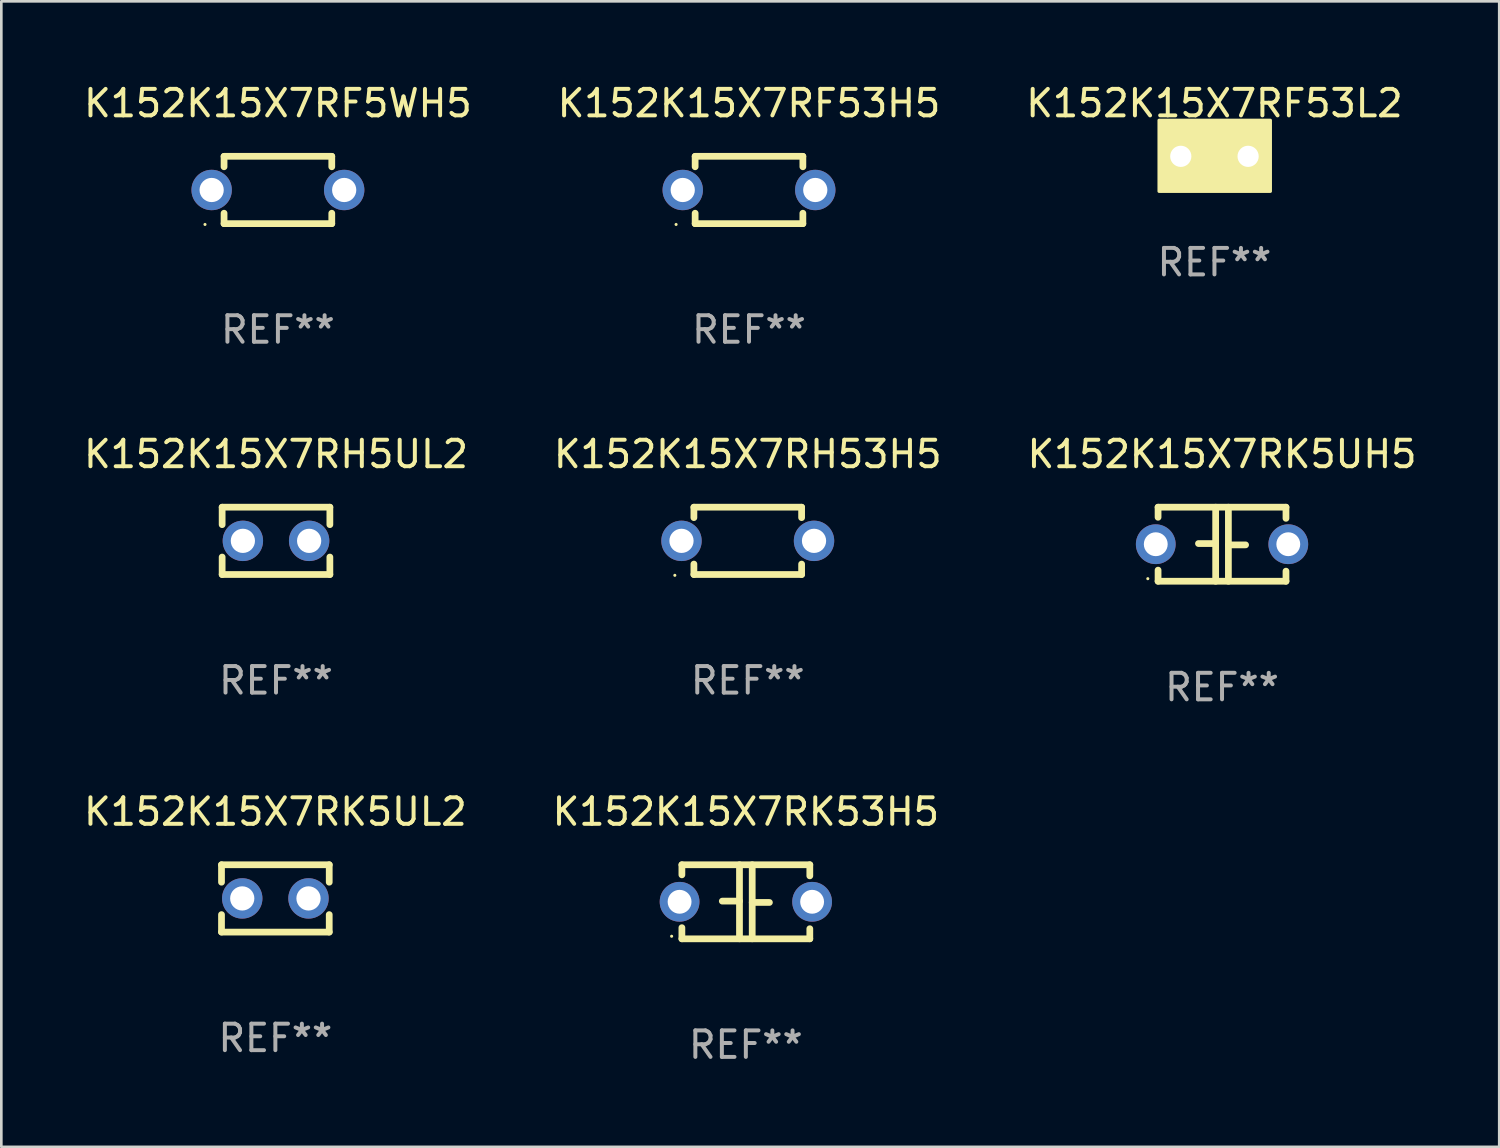
<source format=kicad_pcb>
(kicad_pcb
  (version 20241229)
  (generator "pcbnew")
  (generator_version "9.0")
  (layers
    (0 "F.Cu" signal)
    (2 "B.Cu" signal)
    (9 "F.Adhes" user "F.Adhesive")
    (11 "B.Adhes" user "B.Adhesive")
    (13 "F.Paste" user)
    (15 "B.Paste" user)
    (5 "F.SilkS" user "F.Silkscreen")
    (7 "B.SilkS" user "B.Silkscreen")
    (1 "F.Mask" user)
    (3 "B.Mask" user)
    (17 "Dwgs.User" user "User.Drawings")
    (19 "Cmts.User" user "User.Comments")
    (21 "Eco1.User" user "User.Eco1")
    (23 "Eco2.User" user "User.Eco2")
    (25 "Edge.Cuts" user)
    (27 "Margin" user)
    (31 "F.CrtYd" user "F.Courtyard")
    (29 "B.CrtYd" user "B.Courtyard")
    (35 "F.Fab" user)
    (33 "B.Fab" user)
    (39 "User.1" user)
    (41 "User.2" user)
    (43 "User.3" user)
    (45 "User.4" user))
  (footprint "K152K15X7RF53H5"
    (layer "F.Cu")
    (at 25.208 4.118)
    (property "Reference" "K152K15X7RF53H5" (at 0 -3.27 0) (layer "F.SilkS") (effects (font (size 1 1) (thickness 0.15))))
    (attr through_hole)
    (fp_line (start -2.032 -1.27) (end -2.032 -0.876) (stroke (width 0.254) (type solid)) (layer "F.SilkS"))
    (fp_line (start -2.032 0.876) (end -2.032 1.27) (stroke (width 0.254) (type solid)) (layer "F.SilkS"))
    (fp_line (start -2.032 1.27) (end 2.032 1.27) (stroke (width 0.254) (type solid)) (layer "F.SilkS"))
    (fp_line (start 2.032 -1.27) (end -2.032 -1.27) (stroke (width 0.254) (type solid)) (layer "F.SilkS"))
    (fp_line (start 2.032 -0.876) (end 2.032 -1.27) (stroke (width 0.254) (type solid)) (layer "F.SilkS"))
    (fp_line (start 2.032 1.27) (end 2.032 0.876) (stroke (width 0.254) (type solid)) (layer "F.SilkS"))
    (fp_circle (center -2.751 1.3) (end -2.721 1.3) (stroke (width 0.06) (type solid)) (fill no) (layer "F.SilkS"))
    (fp_text user "REF**" (at 0 5.27 0) (layer "F.Fab") (effects (font (size 1 1) (thickness 0.15))))
    (pad "1" thru_hole circle (at -2.5 0) (size 1.524 1.524) (drill 0.914) (layers "*.Cu" "*.Mask"))
    (pad "2" thru_hole circle (at 2.5 0) (size 1.524 1.524) (drill 0.914) (layers "*.Cu" "*.Mask")))
  (footprint "K152K15X7RK5UH5"
    (layer "F.Cu")
    (at 43.054 17.482)
    (property "Reference" "K152K15X7RK5UH5" (at 0 -3.397 0) (layer "F.SilkS") (effects (font (size 1 1) (thickness 0.15))))
    (attr through_hole)
    (fp_line (start -2.413 -1.397) (end 2.413 -1.397) (stroke (width 0.254) (type solid)) (layer "F.SilkS"))
    (fp_line (start -2.413 -1.016) (end -2.413 -1.397) (stroke (width 0.254) (type solid)) (layer "F.SilkS"))
    (fp_line (start -2.413 0.977) (end -2.413 1.397) (stroke (width 0.254) (type solid)) (layer "F.SilkS"))
    (fp_line (start -0.24 -0.025) (end -0.889 -0.025) (stroke (width 0.254) (type solid)) (layer "F.SilkS"))
    (fp_line (start -0.24 1.397) (end -0.24 -1.397) (stroke (width 0.254) (type solid)) (layer "F.SilkS"))
    (fp_line (start 0.24 -1.397) (end 0.24 1.397) (stroke (width 0.254) (type solid)) (layer "F.SilkS"))
    (fp_line (start 0.24 0.025) (end 0.889 0.025) (stroke (width 0.254) (type solid)) (layer "F.SilkS"))
    (fp_line (start 2.413 -0.977) (end 2.413 -1.397) (stroke (width 0.254) (type solid)) (layer "F.SilkS"))
    (fp_line (start 2.413 1.016) (end 2.413 1.397) (stroke (width 0.254) (type solid)) (layer "F.SilkS"))
    (fp_line (start 2.413 1.397) (end -2.413 1.397) (stroke (width 0.254) (type solid)) (layer "F.SilkS"))
    (fp_circle (center -2.8 1.3) (end -2.77 1.3) (stroke (width 0.06) (type solid)) (fill no) (layer "F.SilkS"))
    (fp_text user "REF**" (at 0 5.397 0) (layer "F.Fab") (effects (font (size 1 1) (thickness 0.15))))
    (pad "1" thru_hole circle (at -2.5 0) (size 1.5 1.5) (drill 0.9) (layers "*.Cu" "*.Mask"))
    (pad "2" thru_hole circle (at 2.5 0) (size 1.5 1.5) (drill 0.9) (layers "*.Cu" "*.Mask")))
  (footprint "K152K15X7RH5UL2"
    (layer "F.Cu")
    (at 7.363 17.355)
    (property "Reference" "K152K15X7RH5UL2" (at 0 -3.27 0) (layer "F.SilkS") (effects (font (size 1 1) (thickness 0.15))))
    (attr through_hole)
    (fp_line (start -2.032 -1.27) (end -2.032 -0.611) (stroke (width 0.254) (type solid)) (layer "F.SilkS"))
    (fp_line (start -2.032 0.611) (end -2.032 1.27) (stroke (width 0.254) (type solid)) (layer "F.SilkS"))
    (fp_line (start -2.032 1.27) (end 2.032 1.27) (stroke (width 0.254) (type solid)) (layer "F.SilkS"))
    (fp_line (start 2.032 -1.27) (end -2.032 -1.27) (stroke (width 0.254) (type solid)) (layer "F.SilkS"))
    (fp_line (start 2.032 -0.611) (end 2.032 -1.27) (stroke (width 0.254) (type solid)) (layer "F.SilkS"))
    (fp_line (start 2.032 1.27) (end 2.032 0.611) (stroke (width 0.254) (type solid)) (layer "F.SilkS"))
    (fp_circle (center -2 1.3) (end -1.97 1.3) (stroke (width 0.06) (type solid)) (fill no) (layer "F.SilkS"))
    (fp_text user "REF**" (at 0 5.27 0) (layer "F.Fab") (effects (font (size 1 1) (thickness 0.15))))
    (pad "1" thru_hole circle (at -1.25 0) (size 1.524 1.524) (drill 0.914) (layers "*.Cu" "*.Mask"))
    (pad "2" thru_hole circle (at 1.25 0) (size 1.524 1.524) (drill 0.914) (layers "*.Cu" "*.Mask")))
  (footprint "K152K15X7RF5WH5"
    (layer "F.Cu")
    (at 7.435 4.118)
    (property "Reference" "K152K15X7RF5WH5" (at 0 -3.27 0) (layer "F.SilkS") (effects (font (size 1 1) (thickness 0.15))))
    (attr through_hole)
    (fp_line (start -2.032 -1.27) (end -2.032 -0.876) (stroke (width 0.254) (type solid)) (layer "F.SilkS"))
    (fp_line (start -2.032 0.876) (end -2.032 1.27) (stroke (width 0.254) (type solid)) (layer "F.SilkS"))
    (fp_line (start -2.032 1.27) (end 2.032 1.27) (stroke (width 0.254) (type solid)) (layer "F.SilkS"))
    (fp_line (start 2.032 -1.27) (end -2.032 -1.27) (stroke (width 0.254) (type solid)) (layer "F.SilkS"))
    (fp_line (start 2.032 -0.876) (end 2.032 -1.27) (stroke (width 0.254) (type solid)) (layer "F.SilkS"))
    (fp_line (start 2.032 1.27) (end 2.032 0.876) (stroke (width 0.254) (type solid)) (layer "F.SilkS"))
    (fp_circle (center -2.751 1.3) (end -2.721 1.3) (stroke (width 0.06) (type solid)) (fill no) (layer "F.SilkS"))
    (fp_text user "REF**" (at 0 5.27 0) (layer "F.Fab") (effects (font (size 1 1) (thickness 0.15))))
    (pad "1" thru_hole circle (at -2.5 0) (size 1.524 1.524) (drill 0.914) (layers "*.Cu" "*.Mask"))
    (pad "2" thru_hole circle (at 2.5 0) (size 1.524 1.524) (drill 0.914) (layers "*.Cu" "*.Mask")))
  (footprint "K152K15X7RF53L2"
    (layer "F.Cu")
    (at 42.768 2.848)
    (property "Reference" "K152K15X7RF53L2" (at 0 -2 0) (layer "F.SilkS") (effects (font (size 1 1) (thickness 0.15))))
    (attr through_hole)
    (fp_circle (center -2 1.3) (end -1.97 1.3) (stroke (width 0.06) (type solid)) (fill no) (layer "F.SilkS"))
    (fp_poly (pts (xy -2.09 -1.36) (xy 2.11 -1.36) (xy 2.11 1.32) (xy -2.09 1.32)) (stroke (width 0.12) (type solid)) (fill yes) (layer "F.SilkS"))
    (fp_text user "REF**" (at 0 4 0) (layer "F.Fab") (effects (font (size 1 1) (thickness 0.15))))
    (pad "1" thru_hole circle (at -1.27 0) (size 1.4 1.4) (drill 0.8) (layers "*.Cu" "*.Mask"))
    (pad "2" thru_hole circle (at 1.27 0) (size 1.4 1.4) (drill 0.8) (layers "*.Cu" "*.Mask")))
  (footprint "K152K15X7RH53H5"
    (layer "F.Cu")
    (at 25.161 17.355)
    (property "Reference" "K152K15X7RH53H5" (at 0 -3.27 0) (layer "F.SilkS") (effects (font (size 1 1) (thickness 0.15))))
    (attr through_hole)
    (fp_line (start -2.032 -1.27) (end -2.032 -0.876) (stroke (width 0.254) (type solid)) (layer "F.SilkS"))
    (fp_line (start -2.032 0.876) (end -2.032 1.27) (stroke (width 0.254) (type solid)) (layer "F.SilkS"))
    (fp_line (start -2.032 1.27) (end 2.032 1.27) (stroke (width 0.254) (type solid)) (layer "F.SilkS"))
    (fp_line (start 2.032 -1.27) (end -2.032 -1.27) (stroke (width 0.254) (type solid)) (layer "F.SilkS"))
    (fp_line (start 2.032 -0.876) (end 2.032 -1.27) (stroke (width 0.254) (type solid)) (layer "F.SilkS"))
    (fp_line (start 2.032 1.27) (end 2.032 0.876) (stroke (width 0.254) (type solid)) (layer "F.SilkS"))
    (fp_circle (center -2.751 1.3) (end -2.721 1.3) (stroke (width 0.06) (type solid)) (fill no) (layer "F.SilkS"))
    (fp_text user "REF**" (at 0 5.27 0) (layer "F.Fab") (effects (font (size 1 1) (thickness 0.15))))
    (pad "1" thru_hole circle (at -2.5 0) (size 1.524 1.524) (drill 0.914) (layers "*.Cu" "*.Mask"))
    (pad "2" thru_hole circle (at 2.5 0) (size 1.524 1.524) (drill 0.914) (layers "*.Cu" "*.Mask")))
  (footprint "K152K15X7RK5UL2"
    (layer "F.Cu")
    (at 7.339 30.845)
    (property "Reference" "K152K15X7RK5UL2" (at 0 -3.27 0) (layer "F.SilkS") (effects (font (size 1 1) (thickness 0.15))))
    (attr through_hole)
    (fp_line (start -2.032 -1.27) (end -2.032 -0.611) (stroke (width 0.254) (type solid)) (layer "F.SilkS"))
    (fp_line (start -2.032 0.611) (end -2.032 1.27) (stroke (width 0.254) (type solid)) (layer "F.SilkS"))
    (fp_line (start -2.032 1.27) (end 2.032 1.27) (stroke (width 0.254) (type solid)) (layer "F.SilkS"))
    (fp_line (start 2.032 -1.27) (end -2.032 -1.27) (stroke (width 0.254) (type solid)) (layer "F.SilkS"))
    (fp_line (start 2.032 -0.611) (end 2.032 -1.27) (stroke (width 0.254) (type solid)) (layer "F.SilkS"))
    (fp_line (start 2.032 1.27) (end 2.032 0.611) (stroke (width 0.254) (type solid)) (layer "F.SilkS"))
    (fp_circle (center -2 1.3) (end -1.97 1.3) (stroke (width 0.06) (type solid)) (fill no) (layer "F.SilkS"))
    (fp_text user "REF**" (at 0 5.27 0) (layer "F.Fab") (effects (font (size 1 1) (thickness 0.15))))
    (pad "1" thru_hole circle (at -1.25 0) (size 1.524 1.524) (drill 0.914) (layers "*.Cu" "*.Mask"))
    (pad "2" thru_hole circle (at 1.25 0) (size 1.524 1.524) (drill 0.914) (layers "*.Cu" "*.Mask")))
  (footprint "K152K15X7RK53H5"
    (layer "F.Cu")
    (at 25.089 30.972)
    (property "Reference" "K152K15X7RK53H5" (at 0 -3.397 0) (layer "F.SilkS") (effects (font (size 1 1) (thickness 0.15))))
    (attr through_hole)
    (fp_line (start -2.413 -1.397) (end 2.413 -1.397) (stroke (width 0.254) (type solid)) (layer "F.SilkS"))
    (fp_line (start -2.413 -1.016) (end -2.413 -1.397) (stroke (width 0.254) (type solid)) (layer "F.SilkS"))
    (fp_line (start -2.413 0.977) (end -2.413 1.397) (stroke (width 0.254) (type solid)) (layer "F.SilkS"))
    (fp_line (start -0.24 -0.025) (end -0.889 -0.025) (stroke (width 0.254) (type solid)) (layer "F.SilkS"))
    (fp_line (start -0.24 1.397) (end -0.24 -1.397) (stroke (width 0.254) (type solid)) (layer "F.SilkS"))
    (fp_line (start 0.24 -1.397) (end 0.24 1.397) (stroke (width 0.254) (type solid)) (layer "F.SilkS"))
    (fp_line (start 0.24 0.025) (end 0.889 0.025) (stroke (width 0.254) (type solid)) (layer "F.SilkS"))
    (fp_line (start 2.413 -0.977) (end 2.413 -1.397) (stroke (width 0.254) (type solid)) (layer "F.SilkS"))
    (fp_line (start 2.413 1.016) (end 2.413 1.397) (stroke (width 0.254) (type solid)) (layer "F.SilkS"))
    (fp_line (start 2.413 1.397) (end -2.413 1.397) (stroke (width 0.254) (type solid)) (layer "F.SilkS"))
    (fp_circle (center -2.8 1.3) (end -2.77 1.3) (stroke (width 0.06) (type solid)) (fill no) (layer "F.SilkS"))
    (fp_text user "REF**" (at 0 5.397 0) (layer "F.Fab") (effects (font (size 1 1) (thickness 0.15))))
    (pad "1" thru_hole circle (at -2.5 0) (size 1.5 1.5) (drill 0.9) (layers "*.Cu" "*.Mask"))
    (pad "2" thru_hole circle (at 2.5 0) (size 1.5 1.5) (drill 0.9) (layers "*.Cu" "*.Mask")))
  (gr_rect
    (start -3 -3)
    (end 53.512 40.218)
    (stroke (width 0.1) (type default))
    (fill no)
    (layer "Edge.Cuts")))
</source>
